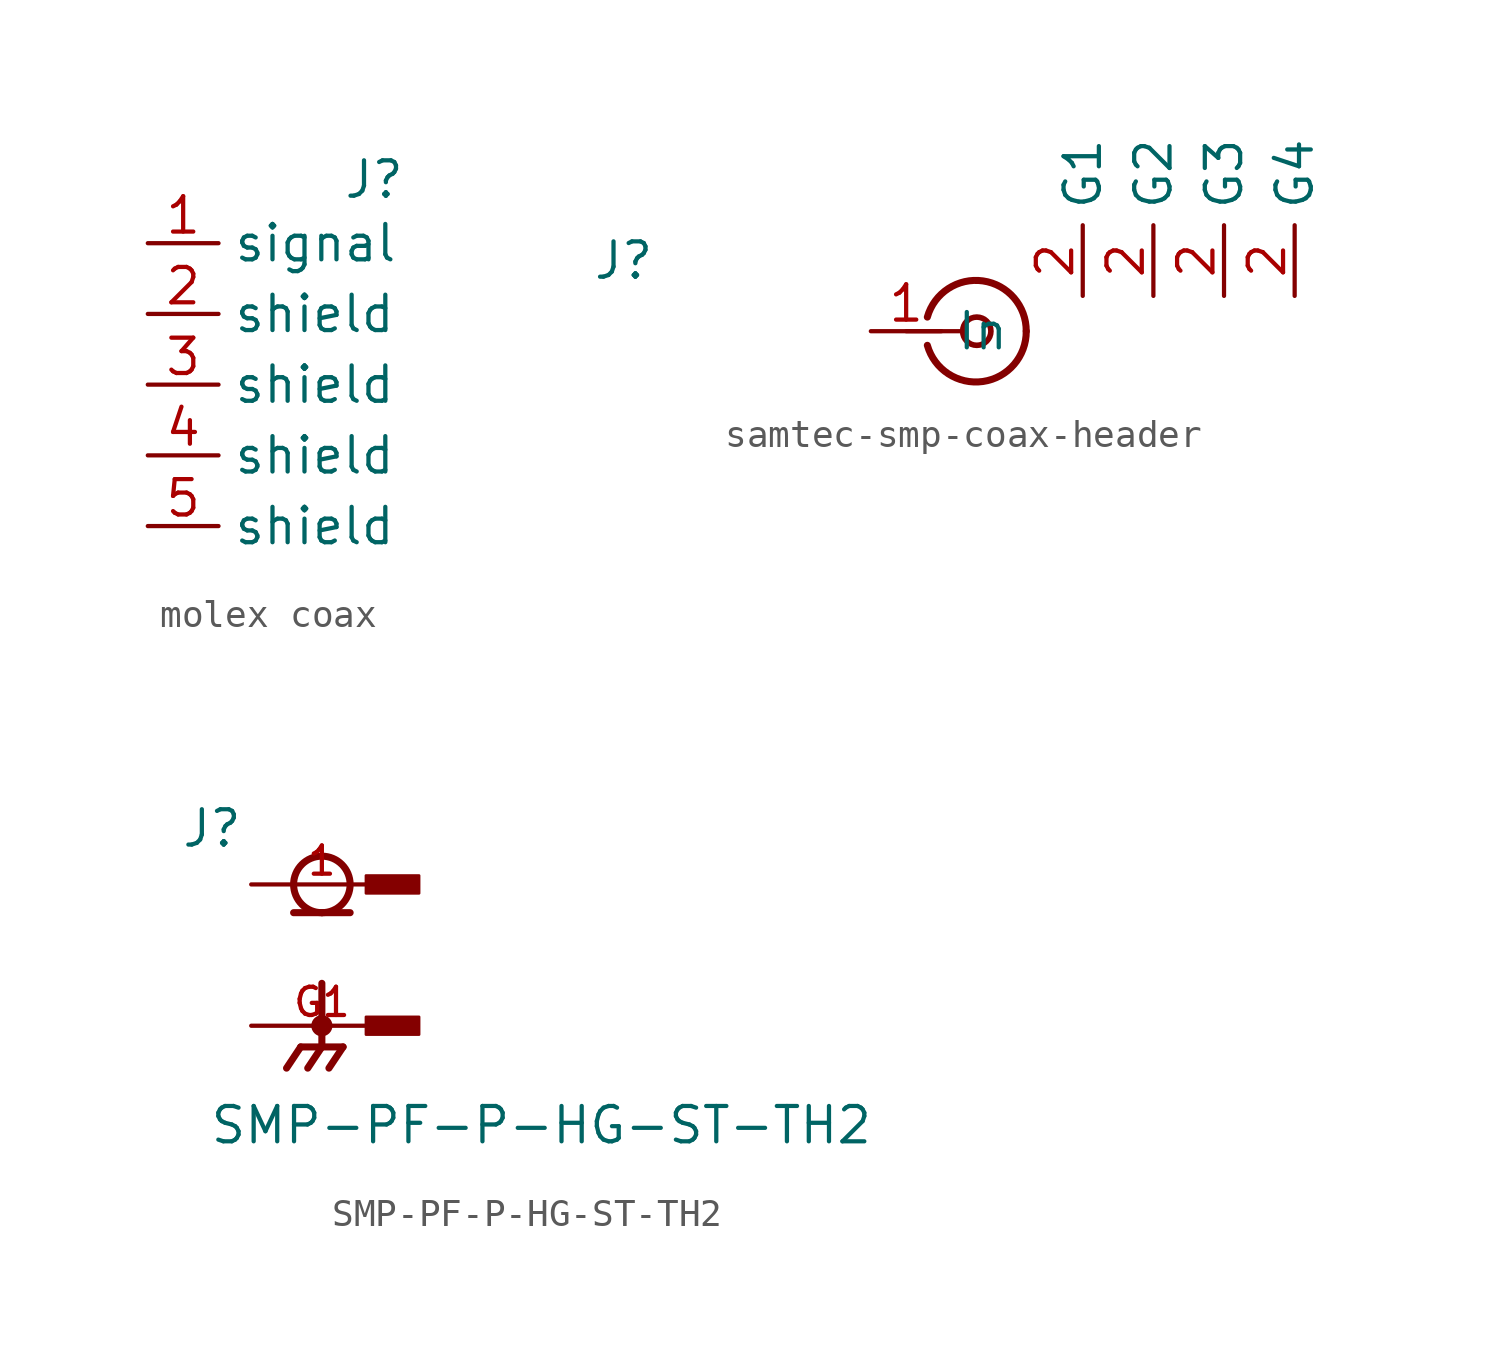
<source format=kicad_sym>
(kicad_symbol_lib
  (version 20231120)
  (generator "kicad_symbol_editor")
  (generator_version "8.0")
  (symbol "molex coax"
    (property "Reference" "J"
      (at 8.128 6.096 0)
      (effects (font (size 1.27 1.27))))
    (property "Value" ""
      (at 0 1.27 0)
      (effects (font (size 1.27 1.27))))
    (symbol "molex coax_1_1"
      (pin passive line (at 0 3.81 0) (length 2.54) (name "signal" (effects (font (size 1.27 1.27)))) (number "1" (effects (font (size 1.27 1.27)))))
      (pin passive line (at 0 1.27 0) (length 2.54) (name "shield" (effects (font (size 1.27 1.27)))) (number "2" (effects (font (size 1.27 1.27)))))
      (pin passive line (at 0 -1.27 0) (length 2.54) (name "shield" (effects (font (size 1.27 1.27)))) (number "3" (effects (font (size 1.27 1.27)))))
      (pin passive line (at 0 -3.81 0) (length 2.54) (name "shield" (effects (font (size 1.27 1.27)))) (number "4" (effects (font (size 1.27 1.27)))))
      (pin passive line (at 0 -6.35 0) (length 2.54) (name "shield" (effects (font (size 1.27 1.27)))) (number "5" (effects (font (size 1.27 1.27)))))))
  (symbol "samtec-smp-coax-header"
    (property "Reference" "J"
      (at -8.89 2.54 0)
      (effects (font (size 1.27 1.27))))
    (property "Value" ""
      (at 7.62 1.27 90)
      (effects (font (size 1.27 1.27))))
    (symbol "samtec-smp-coax-header_0_1"
      (polyline (pts (xy 1.27 0) (xy 3.302 0)) (stroke (width 0) (type default)) (fill (type none)))
      (arc (start 2.032 -0.508) (mid 4.032 -1.808) (end 5.588 0) (stroke (width 0.254) (type default)) (fill (type none)))
      (circle (center 3.81 0) (radius 0.508) (stroke (width 0.203) (type default)) (fill (type none)))
      (arc (start 5.588 0) (mid 4.0321 1.8083) (end 2.032 0.508) (stroke (width 0.254) (type default)) (fill (type none))))
    (symbol "samtec-smp-coax-header_1_1"
      (pin passive line (at 0 0 0) (length 2.54) (name "In" (effects (font (size 1.27 1.27)))) (number "1" (effects (font (size 1.27 1.27)))))
      (pin passive line (at 7.62 1.27 90) (length 2.54) (name "G1" (effects (font (size 1.27 1.27)))) (number "2" (effects (font (size 1.27 1.27)))))
      (pin passive line (at 10.16 1.27 90) (length 2.54) (name "G2" (effects (font (size 1.27 1.27)))) (number "2" (effects (font (size 1.27 1.27)))))
      (pin passive line (at 12.7 1.27 90) (length 2.54) (name "G3" (effects (font (size 1.27 1.27)))) (number "2" (effects (font (size 1.27 1.27)))))
      (pin passive line (at 15.24 1.27 90) (length 2.54) (name "G4" (effects (font (size 1.27 1.27)))) (number "2" (effects (font (size 1.27 1.27)))))))
  (symbol "SMP-PF-P-HG-ST-TH2"
    (pin_names
      (offset 1.016))
    (property "Reference" "J"
      (at -5.08 1.27 0)
      (effects (font (size 1.27 1.27)) (justify left bottom)))
    (property "Value" "SMP-PF-P-HG-ST-TH2"
      (at -4.064 -9.398 0)
      (effects (font (size 1.27 1.27)) (justify left bottom)))
    (symbol "SMP-PF-P-HG-ST-TH2_0_0"
      (circle (center 0 -5.08) (radius 0.254) (stroke (width 0.254) (type default)) (fill (type none)))
      (polyline (pts (xy -1.016 -1.016) (xy 0 -1.016)) (stroke (width 0.254) (type default)) (fill (type none)))
      (polyline (pts (xy -0.762 -5.842) (xy -1.27 -6.604)) (stroke (width 0.254) (type default)) (fill (type none)))
      (polyline (pts (xy 0 -5.842) (xy -0.762 -5.842)) (stroke (width 0.254) (type default)) (fill (type none)))
      (polyline (pts (xy 0 -5.842) (xy -0.508 -6.604)) (stroke (width 0.254) (type default)) (fill (type none)))
      (polyline (pts (xy 0 -5.842) (xy 0.762 -5.842)) (stroke (width 0.254) (type default)) (fill (type none)))
      (polyline (pts (xy 0 -3.556) (xy 0 -5.842)) (stroke (width 0.254) (type default)) (fill (type none)))
      (polyline (pts (xy 0 -1.016) (xy 1.016 -1.016)) (stroke (width 0.254) (type default)) (fill (type none)))
      (polyline (pts (xy 0.762 -5.842) (xy 0.254 -6.604)) (stroke (width 0.254) (type default)) (fill (type none)))
      (circle (center 0 0) (radius 1.016) (stroke (width 0.254) (type default)) (fill (type none)))
      (rectangle (start 1.587 -4.763) (end 3.493 -5.397) (stroke (width 0.1) (type default)) (fill (type outline)))
      (rectangle (start 1.587 -0.318) (end 3.493 0.318) (stroke (width 0.1) (type default)) (fill (type outline)))
      (pin passive line (at -2.54 0 0) (length 5.08) (name "~" (effects (font (size 1.016 1.016)))) (number "1" (effects (font (size 1.016 1.016)))))
      (pin passive line (at -2.54 -5.08 0) (length 5.08) (name "~" (effects (font (size 1.016 1.016)))) (number "G1" (effects (font (size 1.016 1.016))))))))
</source>
